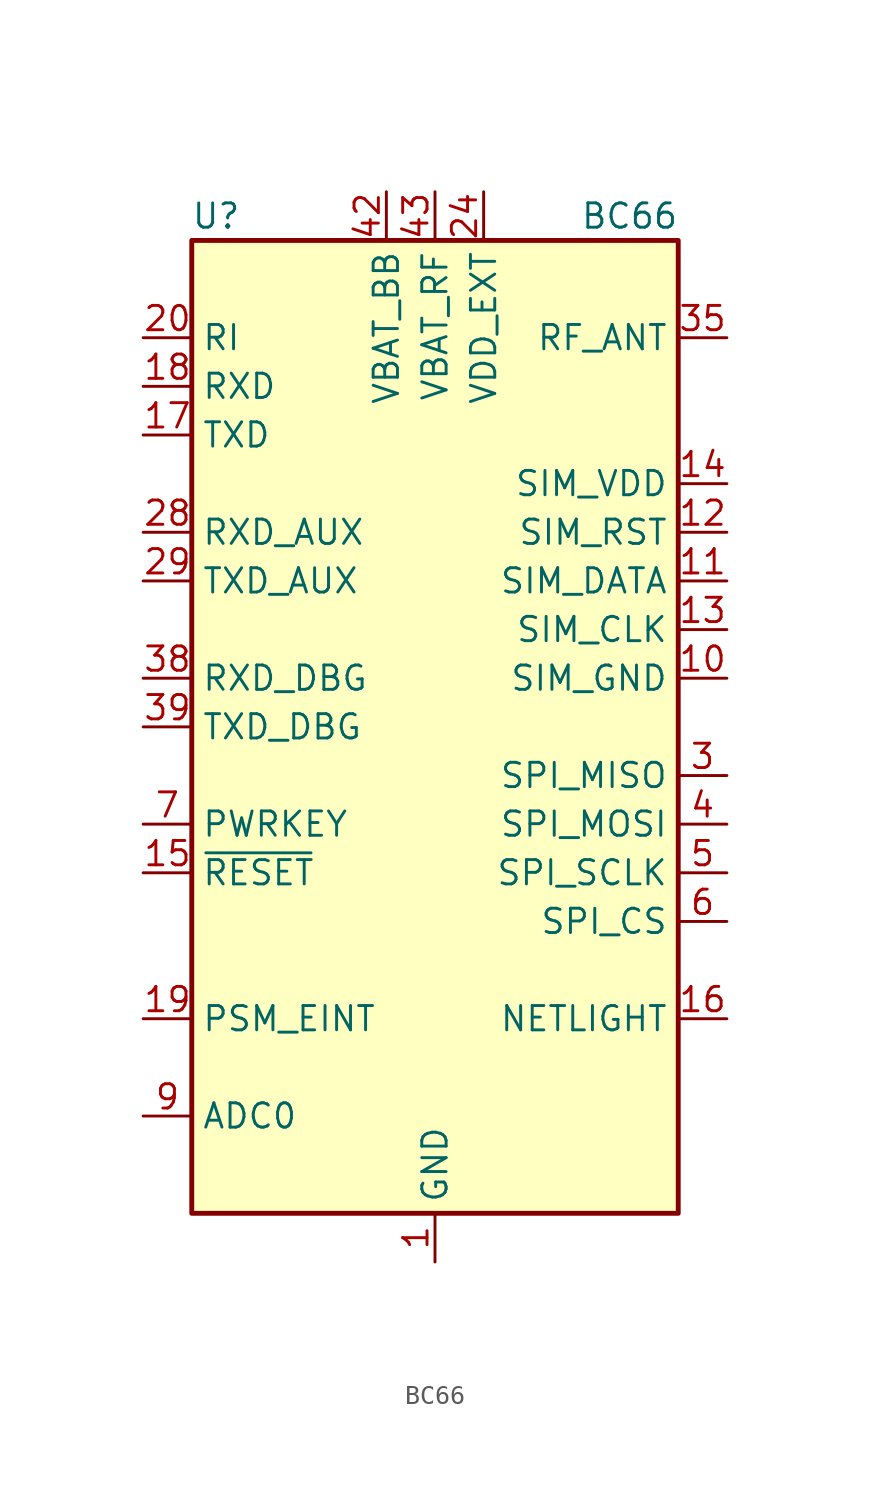
<source format=kicad_sym>
(kicad_symbol_lib
  (version 20241209)
  (generator "kicad_symbol_editor")
  (generator_version "9.0")
  (symbol "BC66"
    (property "Reference" "U"
      (at -11.43 26.67 0)
      (effects (font (size 1.27 1.27))))
    (property "Value" "BC66"
      (at 10.16 26.67 0)
      (effects (font (size 1.27 1.27))))
    (symbol "BC66_0_1"
      (rectangle (start -12.7 25.4) (end 12.7 -25.4) (stroke (width 0.254) (type default)) (fill (type background))))
    (symbol "BC66_1_1"
      (pin output line (at -15.24 20.32 0) (length 2.54) (name "RI" (effects (font (size 1.27 1.27)))) (number "20" (effects (font (size 1.27 1.27)))))
      (pin input line (at -15.24 17.78 0) (length 2.54) (name "RXD" (effects (font (size 1.27 1.27)))) (number "18" (effects (font (size 1.27 1.27)))))
      (pin output line (at -15.24 15.24 0) (length 2.54) (name "TXD" (effects (font (size 1.27 1.27)))) (number "17" (effects (font (size 1.27 1.27)))))
      (pin input line (at -15.24 10.16 0) (length 2.54) (name "RXD_AUX" (effects (font (size 1.27 1.27)))) (number "28" (effects (font (size 1.27 1.27)))))
      (pin output line (at -15.24 7.62 0) (length 2.54) (name "TXD_AUX" (effects (font (size 1.27 1.27)))) (number "29" (effects (font (size 1.27 1.27)))))
      (pin input line (at -15.24 2.54 0) (length 2.54) (name "RXD_DBG" (effects (font (size 1.27 1.27)))) (number "38" (effects (font (size 1.27 1.27)))))
      (pin output line (at -15.24 0 0) (length 2.54) (name "TXD_DBG" (effects (font (size 1.27 1.27)))) (number "39" (effects (font (size 1.27 1.27)))))
      (pin input line (at -15.24 -5.08 0) (length 2.54) (name "PWRKEY" (effects (font (size 1.27 1.27)))) (number "7" (effects (font (size 1.27 1.27)))))
      (pin input line (at -15.24 -7.62 0) (length 2.54) (name "~{RESET}" (effects (font (size 1.27 1.27)))) (number "15" (effects (font (size 1.27 1.27)))))
      (pin input line (at -15.24 -15.24 0) (length 2.54) (name "PSM_EINT" (effects (font (size 1.27 1.27)))) (number "19" (effects (font (size 1.27 1.27)))))
      (pin input line (at -15.24 -20.32 0) (length 2.54) (name "ADC0" (effects (font (size 1.27 1.27)))) (number "9" (effects (font (size 1.27 1.27)))))
      (pin no_connect line (at -12.7 22.86 0) (length 2.54) (hide yes) (name "RESERVED" (effects (font (size 1.27 1.27)))) (number "8" (effects (font (size 1.27 1.27)))))
      (pin no_connect line (at -12.7 12.7 0) (length 2.54) (hide yes) (name "RESERVED" (effects (font (size 1.27 1.27)))) (number "21" (effects (font (size 1.27 1.27)))))
      (pin no_connect line (at -12.7 5.08 0) (length 2.54) (hide yes) (name "RESERVED" (effects (font (size 1.27 1.27)))) (number "22" (effects (font (size 1.27 1.27)))))
      (pin no_connect line (at -12.7 -2.54 0) (length 2.54) (hide yes) (name "RESERVED" (effects (font (size 1.27 1.27)))) (number "23" (effects (font (size 1.27 1.27)))))
      (pin no_connect line (at -12.7 -10.16 0) (length 2.54) (hide yes) (name "RESERVED" (effects (font (size 1.27 1.27)))) (number "25" (effects (font (size 1.27 1.27)))))
      (pin no_connect line (at -12.7 -12.7 0) (length 2.54) (hide yes) (name "RESERVED" (effects (font (size 1.27 1.27)))) (number "51" (effects (font (size 1.27 1.27)))))
      (pin no_connect line (at -12.7 -17.78 0) (length 2.54) (hide yes) (name "RESERVED" (effects (font (size 1.27 1.27)))) (number "26" (effects (font (size 1.27 1.27)))))
      (pin no_connect line (at -12.7 -22.86 0) (length 2.54) (hide yes) (name "RESERVED" (effects (font (size 1.27 1.27)))) (number "30" (effects (font (size 1.27 1.27)))))
      (pin no_connect line (at -10.16 -25.4 90) (length 2.54) (hide yes) (name "RESERVED" (effects (font (size 1.27 1.27)))) (number "31" (effects (font (size 1.27 1.27)))))
      (pin no_connect line (at -7.62 -25.4 90) (length 2.54) (hide yes) (name "RESERVED" (effects (font (size 1.27 1.27)))) (number "32" (effects (font (size 1.27 1.27)))))
      (pin no_connect line (at -5.08 25.4 270) (length 2.54) (hide yes) (name "RESERVED" (effects (font (size 1.27 1.27)))) (number "2" (effects (font (size 1.27 1.27)))))
      (pin no_connect line (at -5.08 -25.4 90) (length 2.54) (hide yes) (name "RESERVED" (effects (font (size 1.27 1.27)))) (number "33" (effects (font (size 1.27 1.27)))))
      (pin power_in line (at -2.54 27.94 270) (length 2.54) (name "VBAT_BB" (effects (font (size 1.27 1.27)))) (number "42" (effects (font (size 1.27 1.27)))))
      (pin no_connect line (at -2.54 -25.4 90) (length 2.54) (hide yes) (name "RESERVED" (effects (font (size 1.27 1.27)))) (number "44" (effects (font (size 1.27 1.27)))))
      (pin power_in line (at 0 27.94 270) (length 2.54) (name "VBAT_RF" (effects (font (size 1.27 1.27)))) (number "43" (effects (font (size 1.27 1.27)))))
      (pin power_in line (at 0 -27.94 90) (length 2.54) (name "GND" (effects (font (size 1.27 1.27)))) (number "1" (effects (font (size 1.27 1.27)))))
      (pin passive line (at 0 -27.94 90) (length 2.54) (hide yes) (name "GND" (effects (font (size 1.27 1.27)))) (number "27" (effects (font (size 1.27 1.27)))))
      (pin passive line (at 0 -27.94 90) (length 2.54) (hide yes) (name "GND" (effects (font (size 1.27 1.27)))) (number "34" (effects (font (size 1.27 1.27)))))
      (pin passive line (at 0 -27.94 90) (length 2.54) (hide yes) (name "GND" (effects (font (size 1.27 1.27)))) (number "36" (effects (font (size 1.27 1.27)))))
      (pin passive line (at 0 -27.94 90) (length 2.54) (hide yes) (name "GND" (effects (font (size 1.27 1.27)))) (number "37" (effects (font (size 1.27 1.27)))))
      (pin passive line (at 0 -27.94 90) (length 2.54) (hide yes) (name "GND" (effects (font (size 1.27 1.27)))) (number "40" (effects (font (size 1.27 1.27)))))
      (pin passive line (at 0 -27.94 90) (length 2.54) (hide yes) (name "GND" (effects (font (size 1.27 1.27)))) (number "41" (effects (font (size 1.27 1.27)))))
      (pin power_out line (at 2.54 27.94 270) (length 2.54) (name "VDD_EXT" (effects (font (size 1.27 1.27)))) (number "24" (effects (font (size 1.27 1.27)))))
      (pin no_connect line (at 2.54 -25.4 90) (length 2.54) (hide yes) (name "RESERVED" (effects (font (size 1.27 1.27)))) (number "54" (effects (font (size 1.27 1.27)))))
      (pin no_connect line (at 5.08 25.4 270) (length 2.54) (hide yes) (name "RESERVED" (effects (font (size 1.27 1.27)))) (number "58" (effects (font (size 1.27 1.27)))))
      (pin no_connect line (at 5.08 -25.4 90) (length 2.54) (hide yes) (name "RESERVED" (effects (font (size 1.27 1.27)))) (number "45" (effects (font (size 1.27 1.27)))))
      (pin no_connect line (at 7.62 -25.4 90) (length 2.54) (hide yes) (name "RESERVED" (effects (font (size 1.27 1.27)))) (number "46" (effects (font (size 1.27 1.27)))))
      (pin no_connect line (at 10.16 -25.4 90) (length 2.54) (hide yes) (name "RESERVED" (effects (font (size 1.27 1.27)))) (number "47" (effects (font (size 1.27 1.27)))))
      (pin no_connect line (at 12.7 22.86 180) (length 2.54) (hide yes) (name "RESERVED" (effects (font (size 1.27 1.27)))) (number "57" (effects (font (size 1.27 1.27)))))
      (pin no_connect line (at 12.7 17.78 180) (length 2.54) (hide yes) (name "RESERVED" (effects (font (size 1.27 1.27)))) (number "55" (effects (font (size 1.27 1.27)))))
      (pin no_connect line (at 12.7 15.24 180) (length 2.54) (hide yes) (name "RESERVED" (effects (font (size 1.27 1.27)))) (number "56" (effects (font (size 1.27 1.27)))))
      (pin no_connect line (at 12.7 0 180) (length 2.54) (hide yes) (name "RESERVED" (effects (font (size 1.27 1.27)))) (number "53" (effects (font (size 1.27 1.27)))))
      (pin no_connect line (at 12.7 -12.7 180) (length 2.54) (hide yes) (name "RESERVED" (effects (font (size 1.27 1.27)))) (number "52" (effects (font (size 1.27 1.27)))))
      (pin no_connect line (at 12.7 -17.78 180) (length 2.54) (hide yes) (name "RESERVED" (effects (font (size 1.27 1.27)))) (number "50" (effects (font (size 1.27 1.27)))))
      (pin no_connect line (at 12.7 -20.32 180) (length 2.54) (hide yes) (name "RESERVED" (effects (font (size 1.27 1.27)))) (number "49" (effects (font (size 1.27 1.27)))))
      (pin no_connect line (at 12.7 -22.86 180) (length 2.54) (hide yes) (name "RESERVED" (effects (font (size 1.27 1.27)))) (number "48" (effects (font (size 1.27 1.27)))))
      (pin passive line (at 15.24 20.32 180) (length 2.54) (name "RF_ANT" (effects (font (size 1.27 1.27)))) (number "35" (effects (font (size 1.27 1.27)))))
      (pin power_out line (at 15.24 12.7 180) (length 2.54) (name "SIM_VDD" (effects (font (size 1.27 1.27)))) (number "14" (effects (font (size 1.27 1.27)))))
      (pin output line (at 15.24 10.16 180) (length 2.54) (name "SIM_RST" (effects (font (size 1.27 1.27)))) (number "12" (effects (font (size 1.27 1.27)))))
      (pin bidirectional line (at 15.24 7.62 180) (length 2.54) (name "SIM_DATA" (effects (font (size 1.27 1.27)))) (number "11" (effects (font (size 1.27 1.27)))))
      (pin output line (at 15.24 5.08 180) (length 2.54) (name "SIM_CLK" (effects (font (size 1.27 1.27)))) (number "13" (effects (font (size 1.27 1.27)))))
      (pin power_out line (at 15.24 2.54 180) (length 2.54) (name "SIM_GND" (effects (font (size 1.27 1.27)))) (number "10" (effects (font (size 1.27 1.27)))))
      (pin input line (at 15.24 -2.54 180) (length 2.54) (name "SPI_MISO" (effects (font (size 1.27 1.27)))) (number "3" (effects (font (size 1.27 1.27)))))
      (pin output line (at 15.24 -5.08 180) (length 2.54) (name "SPI_MOSI" (effects (font (size 1.27 1.27)))) (number "4" (effects (font (size 1.27 1.27)))))
      (pin output line (at 15.24 -7.62 180) (length 2.54) (name "SPI_SCLK" (effects (font (size 1.27 1.27)))) (number "5" (effects (font (size 1.27 1.27)))))
      (pin output line (at 15.24 -10.16 180) (length 2.54) (name "SPI_CS" (effects (font (size 1.27 1.27)))) (number "6" (effects (font (size 1.27 1.27)))))
      (pin output line (at 15.24 -15.24 180) (length 2.54) (name "NETLIGHT" (effects (font (size 1.27 1.27)))) (number "16" (effects (font (size 1.27 1.27))))))))
</source>
